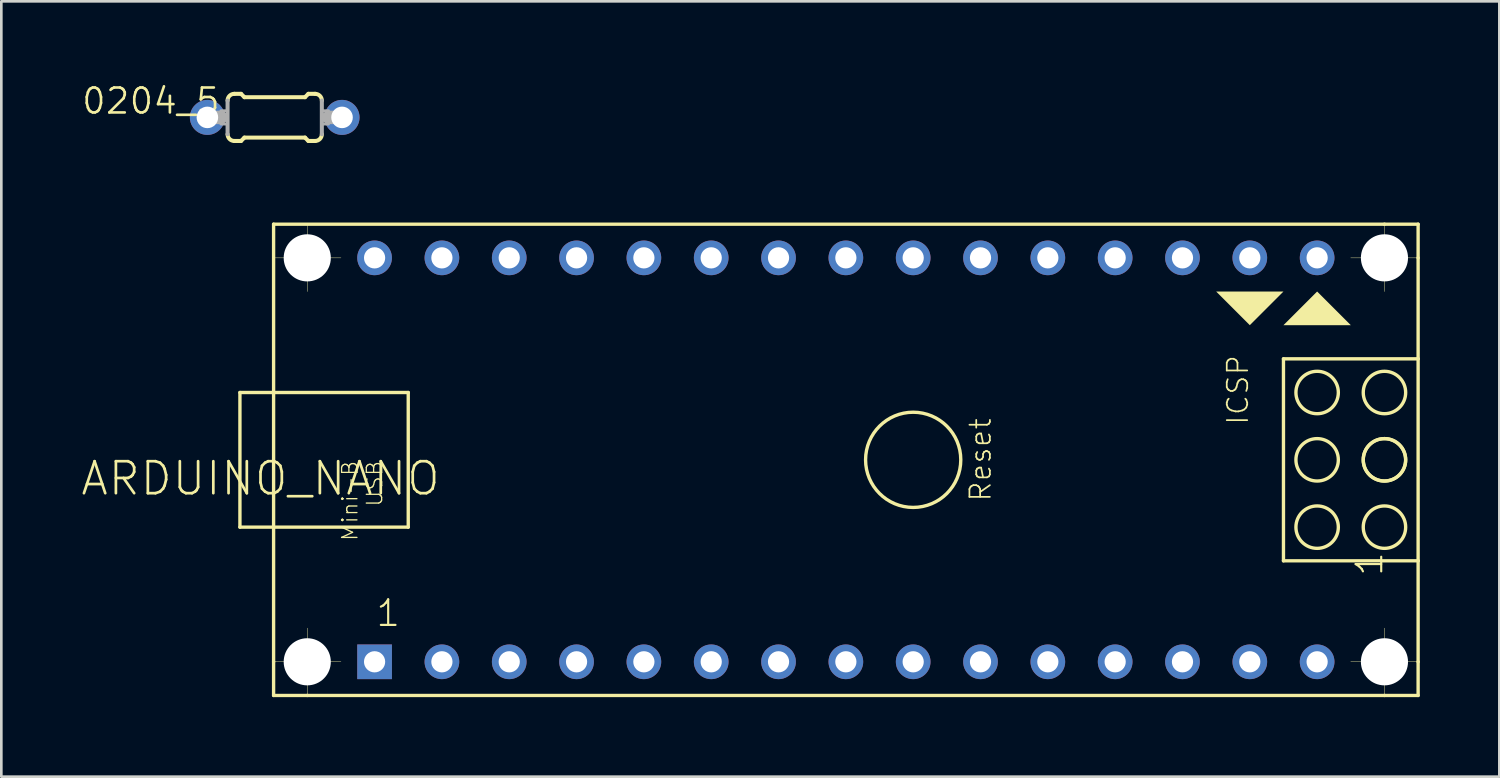
<source format=kicad_pcb>
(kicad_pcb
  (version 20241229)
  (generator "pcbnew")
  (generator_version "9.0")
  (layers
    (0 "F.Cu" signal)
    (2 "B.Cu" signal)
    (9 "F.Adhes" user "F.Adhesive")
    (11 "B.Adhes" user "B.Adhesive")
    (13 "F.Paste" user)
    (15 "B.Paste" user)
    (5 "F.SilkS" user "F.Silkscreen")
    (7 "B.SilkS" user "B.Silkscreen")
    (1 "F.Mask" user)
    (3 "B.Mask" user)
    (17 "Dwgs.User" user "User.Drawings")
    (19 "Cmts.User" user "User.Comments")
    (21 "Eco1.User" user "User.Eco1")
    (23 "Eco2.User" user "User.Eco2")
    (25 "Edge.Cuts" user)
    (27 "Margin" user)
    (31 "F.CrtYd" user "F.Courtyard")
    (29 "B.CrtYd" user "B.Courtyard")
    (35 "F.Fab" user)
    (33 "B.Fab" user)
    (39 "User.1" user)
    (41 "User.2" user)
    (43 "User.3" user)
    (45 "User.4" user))
  (footprint "ARDUINO_NANO"
    (layer "F.Cu")
    (at 31.402 14.298)
    (property "Reference" "ARDUINO_NANO" (at -17.78 0 0) (layer "F.SilkS") (effects (font (size 1.206 1.206) (thickness 0.102)) (justify right top)))
    (attr through_hole)
    (fp_line (start -25.4 -2.54) (end -25.4 2.54) (stroke (width 0.127) (type solid)) (layer "F.SilkS"))
    (fp_line (start -24.13 -8.89) (end 17.78 -8.89) (stroke (width 0.127) (type solid)) (layer "F.SilkS"))
    (fp_line (start -24.13 -7.62) (end -21.59 -7.62) (stroke (width 0.016) (type solid)) (layer "F.SilkS"))
    (fp_line (start -24.13 -2.54) (end -25.4 -2.54) (stroke (width 0.127) (type solid)) (layer "F.SilkS"))
    (fp_line (start -24.13 -2.54) (end -24.13 -8.89) (stroke (width 0.127) (type solid)) (layer "F.SilkS"))
    (fp_line (start -24.13 7.62) (end -24.13 -2.54) (stroke (width 0.127) (type solid)) (layer "F.SilkS"))
    (fp_line (start -24.13 7.62) (end -21.59 7.62) (stroke (width 0.016) (type solid)) (layer "F.SilkS"))
    (fp_line (start -24.13 8.89) (end -24.13 7.62) (stroke (width 0.127) (type solid)) (layer "F.SilkS"))
    (fp_line (start -22.86 -8.89) (end -22.86 -6.35) (stroke (width 0.016) (type solid)) (layer "F.SilkS"))
    (fp_line (start -22.86 6.35) (end -22.86 8.89) (stroke (width 0.016) (type solid)) (layer "F.SilkS"))
    (fp_line (start -22.86 8.89) (end -24.13 8.89) (stroke (width 0.127) (type solid)) (layer "F.SilkS"))
    (fp_line (start -19.05 -2.54) (end -24.13 -2.54) (stroke (width 0.127) (type solid)) (layer "F.SilkS"))
    (fp_line (start -19.05 2.54) (end -25.4 2.54) (stroke (width 0.127) (type solid)) (layer "F.SilkS"))
    (fp_line (start -19.05 2.54) (end -19.05 -2.54) (stroke (width 0.127) (type solid)) (layer "F.SilkS"))
    (fp_line (start 13.97 -3.81) (end 13.97 3.81) (stroke (width 0.127) (type solid)) (layer "F.SilkS"))
    (fp_line (start 13.97 3.81) (end 19.05 3.81) (stroke (width 0.127) (type solid)) (layer "F.SilkS"))
    (fp_line (start 16.51 -7.62) (end 19.05 -7.62) (stroke (width 0.016) (type solid)) (layer "F.SilkS"))
    (fp_line (start 16.51 7.62) (end 19.05 7.62) (stroke (width 0.016) (type solid)) (layer "F.SilkS"))
    (fp_line (start 17.78 -8.89) (end 19.05 -8.89) (stroke (width 0.127) (type solid)) (layer "F.SilkS"))
    (fp_line (start 17.78 -6.35) (end 17.78 -8.89) (stroke (width 0.016) (type solid)) (layer "F.SilkS"))
    (fp_line (start 17.78 8.89) (end -22.86 8.89) (stroke (width 0.127) (type solid)) (layer "F.SilkS"))
    (fp_line (start 17.78 8.89) (end 17.78 6.35) (stroke (width 0.016) (type solid)) (layer "F.SilkS"))
    (fp_line (start 19.05 -8.89) (end 19.05 -7.62) (stroke (width 0.127) (type solid)) (layer "F.SilkS"))
    (fp_line (start 19.05 -7.62) (end 19.05 -3.81) (stroke (width 0.127) (type solid)) (layer "F.SilkS"))
    (fp_line (start 19.05 -3.81) (end 13.97 -3.81) (stroke (width 0.127) (type solid)) (layer "F.SilkS"))
    (fp_line (start 19.05 -3.81) (end 19.05 3.81) (stroke (width 0.127) (type solid)) (layer "F.SilkS"))
    (fp_line (start 19.05 3.81) (end 19.05 7.62) (stroke (width 0.127) (type solid)) (layer "F.SilkS"))
    (fp_line (start 19.05 7.62) (end 19.05 8.89) (stroke (width 0.127) (type solid)) (layer "F.SilkS"))
    (fp_line (start 19.05 8.89) (end 17.78 8.89) (stroke (width 0.127) (type solid)) (layer "F.SilkS"))
    (fp_circle (center 0 0) (end 1.796 0) (stroke (width 0.127) (type solid)) (fill no) (layer "F.SilkS"))
    (fp_circle (center 15.24 -2.54) (end 16.04 -2.54) (stroke (width 0.127) (type solid)) (fill no) (layer "F.SilkS"))
    (fp_circle (center 15.24 0) (end 16.04 0) (stroke (width 0.127) (type solid)) (fill no) (layer "F.SilkS"))
    (fp_circle (center 15.24 2.54) (end 16.04 2.54) (stroke (width 0.127) (type solid)) (fill no) (layer "F.SilkS"))
    (fp_circle (center 17.78 -2.54) (end 18.58 -2.54) (stroke (width 0.127) (type solid)) (fill no) (layer "F.SilkS"))
    (fp_circle (center 17.78 0) (end 18.58 0) (stroke (width 0.127) (type solid)) (fill no) (layer "F.SilkS"))
    (fp_circle (center 17.78 0) (end 18.58 0) (stroke (width 0.127) (type solid)) (fill no) (layer "F.SilkS"))
    (fp_circle (center 17.78 2.54) (end 18.58 2.54) (stroke (width 0.127) (type solid)) (fill no) (layer "F.SilkS"))
    (fp_poly (pts (xy 12.7 -5.08) (xy 13.97 -6.35) (xy 11.43 -6.35)) (stroke (width 0) (type solid)) (fill yes) (layer "F.SilkS"))
    (fp_poly (pts (xy 15.24 -6.35) (xy 13.97 -5.08) (xy 16.51 -5.08)) (stroke (width 0) (type solid)) (fill yes) (layer "F.SilkS"))
    (fp_text user "This library was created by Esp. Marco-Luis SALCEDO TOVAR.\nPlease report any errors or suggestions to: YV1HX@CANTV.NET\nThanks you!!!" (at -22.86 1.27 90) (layer "F.SilkS") (effects (font (size 0.048 0.048) (thickness 0.001)) (justify left bottom)))
    (fp_text user "Mini-B\nUSB" (at -21.59 0 90) (layer "F.SilkS") (effects (font (size 0.579 0.579) (thickness 0.049)) (justify right top)))
    (fp_text user "1" (at 17.78 4.445 270) (layer "F.SilkS") (effects (font (size 0.965 0.965) (thickness 0.081)) (justify left bottom)))
    (fp_text user "1" (at -20.32 6.35 0) (layer "F.SilkS") (effects (font (size 0.965 0.965) (thickness 0.081)) (justify left bottom)))
    (fp_text user "ICSP" (at 12.7 -1.27 270) (layer "F.SilkS") (effects (font (size 0.772 0.772) (thickness 0.065)) (justify left bottom)))
    (fp_text user "Reset" (at 2.54 0 90) (layer "F.SilkS") (effects (font (size 0.772 0.772) (thickness 0.065))))
    (pad "" np_thru_hole circle (at -22.86 -7.62) (size 1.778 1.778) (drill 1.778) (layers "*.Cu" "*.Mask"))
    (pad "" np_thru_hole circle (at -22.86 7.62) (size 1.778 1.778) (drill 1.778) (layers "*.Cu" "*.Mask"))
    (pad "" np_thru_hole circle (at 17.78 -7.62) (size 1.778 1.778) (drill 1.778) (layers "*.Cu" "*.Mask"))
    (pad "" np_thru_hole circle (at 17.78 7.62) (size 1.778 1.778) (drill 1.778) (layers "*.Cu" "*.Mask"))
    (pad "1" thru_hole rect (at -20.32 7.62) (size 1.308 1.308) (drill 0.8) (layers "*.Cu" "*.Mask"))
    (pad "2" thru_hole circle (at -17.78 7.62) (size 1.308 1.308) (drill 0.8) (layers "*.Cu" "*.Mask"))
    (pad "3" thru_hole circle (at -15.24 7.62) (size 1.308 1.308) (drill 0.8) (layers "*.Cu" "*.Mask"))
    (pad "4" thru_hole circle (at -12.7 7.62) (size 1.308 1.308) (drill 0.8) (layers "*.Cu" "*.Mask"))
    (pad "5" thru_hole circle (at -10.16 7.62) (size 1.308 1.308) (drill 0.8) (layers "*.Cu" "*.Mask"))
    (pad "6" thru_hole circle (at -7.62 7.62) (size 1.308 1.308) (drill 0.8) (layers "*.Cu" "*.Mask"))
    (pad "7" thru_hole circle (at -5.08 7.62) (size 1.308 1.308) (drill 0.8) (layers "*.Cu" "*.Mask"))
    (pad "8" thru_hole circle (at -2.54 7.62) (size 1.308 1.308) (drill 0.8) (layers "*.Cu" "*.Mask"))
    (pad "9" thru_hole circle (at 0 7.62) (size 1.308 1.308) (drill 0.8) (layers "*.Cu" "*.Mask"))
    (pad "10" thru_hole circle (at 2.54 7.62) (size 1.308 1.308) (drill 0.8) (layers "*.Cu" "*.Mask"))
    (pad "11" thru_hole circle (at 5.08 7.62) (size 1.308 1.308) (drill 0.8) (layers "*.Cu" "*.Mask"))
    (pad "12" thru_hole circle (at 7.62 7.62) (size 1.308 1.308) (drill 0.8) (layers "*.Cu" "*.Mask"))
    (pad "13" thru_hole circle (at 10.16 7.62) (size 1.308 1.308) (drill 0.8) (layers "*.Cu" "*.Mask"))
    (pad "14" thru_hole circle (at 12.7 7.62) (size 1.308 1.308) (drill 0.8) (layers "*.Cu" "*.Mask"))
    (pad "15" thru_hole circle (at 15.24 7.62) (size 1.308 1.308) (drill 0.8) (layers "*.Cu" "*.Mask"))
    (pad "16" thru_hole circle (at 15.24 -7.62) (size 1.308 1.308) (drill 0.8) (layers "*.Cu" "*.Mask"))
    (pad "17" thru_hole circle (at 12.7 -7.62) (size 1.308 1.308) (drill 0.8) (layers "*.Cu" "*.Mask"))
    (pad "18" thru_hole circle (at 10.16 -7.62) (size 1.308 1.308) (drill 0.8) (layers "*.Cu" "*.Mask"))
    (pad "19" thru_hole circle (at 7.62 -7.62) (size 1.308 1.308) (drill 0.8) (layers "*.Cu" "*.Mask"))
    (pad "20" thru_hole circle (at 5.08 -7.62) (size 1.308 1.308) (drill 0.8) (layers "*.Cu" "*.Mask"))
    (pad "21" thru_hole circle (at 2.54 -7.62) (size 1.308 1.308) (drill 0.8) (layers "*.Cu" "*.Mask"))
    (pad "22" thru_hole circle (at 0 -7.62) (size 1.308 1.308) (drill 0.8) (layers "*.Cu" "*.Mask"))
    (pad "23" thru_hole circle (at -2.54 -7.62) (size 1.308 1.308) (drill 0.8) (layers "*.Cu" "*.Mask"))
    (pad "24" thru_hole circle (at -5.08 -7.62) (size 1.308 1.308) (drill 0.8) (layers "*.Cu" "*.Mask"))
    (pad "25" thru_hole circle (at -7.62 -7.62) (size 1.308 1.308) (drill 0.8) (layers "*.Cu" "*.Mask"))
    (pad "26" thru_hole circle (at -10.16 -7.62) (size 1.308 1.308) (drill 0.8) (layers "*.Cu" "*.Mask"))
    (pad "27" thru_hole circle (at -12.7 -7.62) (size 1.308 1.308) (drill 0.8) (layers "*.Cu" "*.Mask"))
    (pad "28" thru_hole circle (at -15.24 -7.62) (size 1.308 1.308) (drill 0.8) (layers "*.Cu" "*.Mask"))
    (pad "29" thru_hole circle (at -17.78 -7.62) (size 1.308 1.308) (drill 0.8) (layers "*.Cu" "*.Mask"))
    (pad "30" thru_hole circle (at -20.32 -7.62) (size 1.308 1.308) (drill 0.8) (layers "*.Cu" "*.Mask")))
  (footprint "0204_5"
    (layer "F.Cu")
    (at 7.314 1.379)
    (property "Reference" "0204_5" (at -2.007 -1.168 0) (layer "F.SilkS") (effects (font (size 0.941 0.941) (thickness 0.099)) (justify right top)))
    (attr through_hole)
    (fp_line (start -1.524 -0.889) (end -1.27 -0.889) (stroke (width 0.152) (type solid)) (layer "F.SilkS"))
    (fp_line (start -1.524 0.889) (end -1.27 0.889) (stroke (width 0.152) (type solid)) (layer "F.SilkS"))
    (fp_line (start -1.143 -0.762) (end -1.27 -0.889) (stroke (width 0.152) (type solid)) (layer "F.SilkS"))
    (fp_line (start -1.143 0.762) (end -1.27 0.889) (stroke (width 0.152) (type solid)) (layer "F.SilkS"))
    (fp_line (start 1.143 -0.762) (end -1.143 -0.762) (stroke (width 0.152) (type solid)) (layer "F.SilkS"))
    (fp_line (start 1.143 -0.762) (end 1.27 -0.889) (stroke (width 0.152) (type solid)) (layer "F.SilkS"))
    (fp_line (start 1.143 0.762) (end -1.143 0.762) (stroke (width 0.152) (type solid)) (layer "F.SilkS"))
    (fp_line (start 1.143 0.762) (end 1.27 0.889) (stroke (width 0.152) (type solid)) (layer "F.SilkS"))
    (fp_line (start 1.524 -0.889) (end 1.27 -0.889) (stroke (width 0.152) (type solid)) (layer "F.SilkS"))
    (fp_line (start 1.524 0.889) (end 1.27 0.889) (stroke (width 0.152) (type solid)) (layer "F.SilkS"))
    (fp_arc (start -1.778 -0.635) (mid -1.703605 -0.814605) (end -1.524 -0.889) (stroke (width 0.1524) (type solid)) (layer "F.SilkS"))
    (fp_arc (start -1.524 0.889) (mid -1.703605 0.814605) (end -1.778 0.635) (stroke (width 0.1524) (type solid)) (layer "F.SilkS"))
    (fp_arc (start 1.524 -0.889) (mid 1.703605 -0.814605) (end 1.778 -0.635) (stroke (width 0.1524) (type solid)) (layer "F.SilkS"))
    (fp_arc (start 1.778 0.635) (mid 1.703605 0.814605) (end 1.524 0.889) (stroke (width 0.1524) (type solid)) (layer "F.SilkS"))
    (fp_line (start -2.54 0) (end -2.032 0) (stroke (width 0.508) (type solid)) (layer "F.Fab"))
    (fp_line (start -1.778 0.635) (end -1.778 -0.635) (stroke (width 0.152) (type solid)) (layer "F.Fab"))
    (fp_line (start 1.778 0.635) (end 1.778 -0.635) (stroke (width 0.152) (type solid)) (layer "F.Fab"))
    (fp_line (start 2.54 0) (end 2.032 0) (stroke (width 0.508) (type solid)) (layer "F.Fab"))
    (fp_poly (pts (xy -2.032 0.254) (xy -1.778 0.254) (xy -1.778 -0.254) (xy -2.032 -0.254)) (stroke (width 0.1) (type solid)) (fill no) (layer "F.Fab"))
    (fp_poly (pts (xy 1.778 0.254) (xy 2.032 0.254) (xy 2.032 -0.254) (xy 1.778 -0.254)) (stroke (width 0.1) (type solid)) (fill no) (layer "F.Fab"))
    (pad "1" thru_hole circle (at -2.54 0) (size 1.321 1.321) (drill 0.813) (layers "*.Cu" "*.Mask"))
    (pad "2" thru_hole circle (at 2.54 0) (size 1.321 1.321) (drill 0.813) (layers "*.Cu" "*.Mask")))
  (gr_rect
    (start -3 -3)
    (end 53.516 26.251)
    (stroke (width 0.1) (type default))
    (fill no)
    (layer "Edge.Cuts")))
</source>
